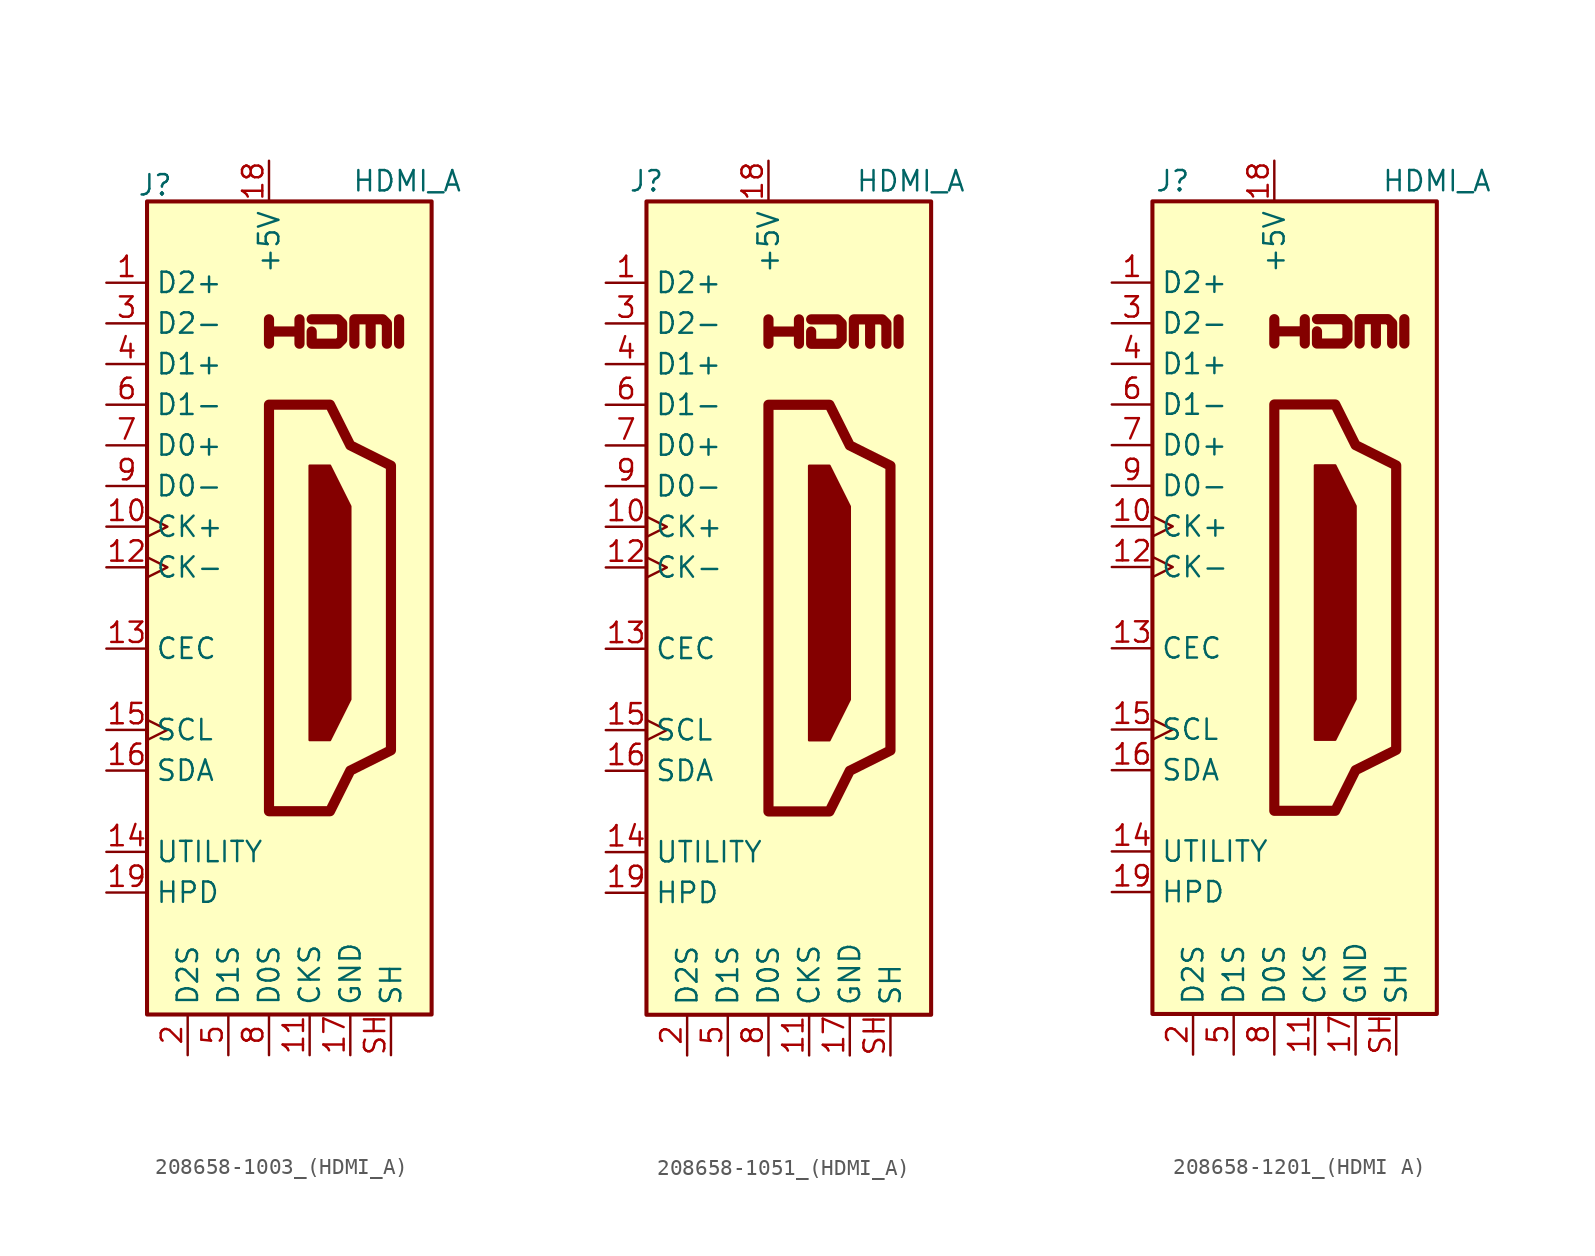
<source format=kicad_sym>
(kicad_symbol_lib
  (version 20241209)
  (generator "kicad_symbol_editor")
  (generator_version "9.0")
  (symbol "208658-1003_(HDMI_A)"
    (property "Reference" "J"
      (at -26.162 16.256 0)
      (effects (font (size 1.27 1.27))))
    (property "Value" "HDMI_A"
      (at -10.414 16.51 0)
      (effects (font (size 1.27 1.27))))
    (symbol "208658-1003_(HDMI_A)_0_0"
      (polyline (pts (xy -19.05 6.35) (xy -19.05 7.874) (xy -19.05 7.112) (xy -17.145 7.112) (xy -17.145 7.874) (xy -17.145 6.35)) (stroke (width 0.635) (type default)) (fill (type none)))
      (polyline (pts (xy -16.383 7.874) (xy -14.732 7.874) (xy -14.478 7.62) (xy -14.478 6.604) (xy -14.732 6.35) (xy -16.383 6.35) (xy -16.383 7.112)) (stroke (width 0.635) (type default)) (fill (type none)))
      (polyline (pts (xy -10.922 6.35) (xy -10.922 7.874)) (stroke (width 0.635) (type default)) (fill (type none))))
    (symbol "208658-1003_(HDMI_A)_0_1"
      (rectangle (start -26.67 15.24) (end -8.89 -35.56) (stroke (width 0.254) (type default)) (fill (type background)))
      (polyline (pts (xy -19.05 2.54) (xy -19.05 -22.86) (xy -15.24 -22.86) (xy -13.97 -20.32) (xy -11.43 -19.05) (xy -11.43 -1.27) (xy -13.97 0) (xy -15.24 2.54) (xy -19.05 2.54)) (stroke (width 0.635) (type default)) (fill (type none)))
      (polyline (pts (xy -16.51 -1.27) (xy -15.24 -1.27) (xy -13.97 -3.81) (xy -13.97 -15.875) (xy -15.24 -18.415) (xy -16.51 -18.415) (xy -16.51 -1.27)) (stroke (width 0) (type default)) (fill (type outline)))
      (polyline (pts (xy -13.716 6.35) (xy -13.716 7.874) (xy -12.7 7.874) (xy -12.7 6.35) (xy -12.7 7.874) (xy -11.938 7.874) (xy -11.684 7.62) (xy -11.684 6.35)) (stroke (width 0.635) (type default)) (fill (type none))))
    (symbol "208658-1003_(HDMI_A)_1_1"
      (pin output line (at -29.21 10.16 0) (length 2.54) (name "D2+" (effects (font (size 1.27 1.27)))) (number "1" (effects (font (size 1.27 1.27)))))
      (pin output line (at -29.21 7.62 0) (length 2.54) (name "D2-" (effects (font (size 1.27 1.27)))) (number "3" (effects (font (size 1.27 1.27)))))
      (pin output line (at -29.21 5.08 0) (length 2.54) (name "D1+" (effects (font (size 1.27 1.27)))) (number "4" (effects (font (size 1.27 1.27)))))
      (pin output line (at -29.21 2.54 0) (length 2.54) (name "D1-" (effects (font (size 1.27 1.27)))) (number "6" (effects (font (size 1.27 1.27)))))
      (pin output line (at -29.21 0 0) (length 2.54) (name "D0+" (effects (font (size 1.27 1.27)))) (number "7" (effects (font (size 1.27 1.27)))))
      (pin output line (at -29.21 -2.54 0) (length 2.54) (name "D0-" (effects (font (size 1.27 1.27)))) (number "9" (effects (font (size 1.27 1.27)))))
      (pin output clock (at -29.21 -5.08 0) (length 2.54) (name "CK+" (effects (font (size 1.27 1.27)))) (number "10" (effects (font (size 1.27 1.27)))))
      (pin output clock (at -29.21 -7.62 0) (length 2.54) (name "CK-" (effects (font (size 1.27 1.27)))) (number "12" (effects (font (size 1.27 1.27)))))
      (pin bidirectional line (at -29.21 -12.7 0) (length 2.54) (name "CEC" (effects (font (size 1.27 1.27)))) (number "13" (effects (font (size 1.27 1.27)))))
      (pin output clock (at -29.21 -17.78 0) (length 2.54) (name "SCL" (effects (font (size 1.27 1.27)))) (number "15" (effects (font (size 1.27 1.27)))))
      (pin bidirectional line (at -29.21 -20.32 0) (length 2.54) (name "SDA" (effects (font (size 1.27 1.27)))) (number "16" (effects (font (size 1.27 1.27)))))
      (pin bidirectional line (at -29.21 -25.4 0) (length 2.54) (name "UTILITY" (effects (font (size 1.27 1.27)))) (number "14" (effects (font (size 1.27 1.27)))))
      (pin input line (at -29.21 -27.94 0) (length 2.54) (name "HPD" (effects (font (size 1.27 1.27)))) (number "19" (effects (font (size 1.27 1.27)))))
      (pin power_in line (at -24.13 -38.1 90) (length 2.54) (name "D2S" (effects (font (size 1.27 1.27)))) (number "2" (effects (font (size 1.27 1.27)))))
      (pin power_in line (at -21.59 -38.1 90) (length 2.54) (name "D1S" (effects (font (size 1.27 1.27)))) (number "5" (effects (font (size 1.27 1.27)))))
      (pin power_out line (at -19.05 17.78 270) (length 2.54) (name "+5V" (effects (font (size 1.27 1.27)))) (number "18" (effects (font (size 1.27 1.27)))))
      (pin power_in line (at -19.05 -38.1 90) (length 2.54) (name "D0S" (effects (font (size 1.27 1.27)))) (number "8" (effects (font (size 1.27 1.27)))))
      (pin power_in line (at -16.51 -38.1 90) (length 2.54) (name "CKS" (effects (font (size 1.27 1.27)))) (number "11" (effects (font (size 1.27 1.27)))))
      (pin power_in line (at -13.97 -38.1 90) (length 2.54) (name "GND" (effects (font (size 1.27 1.27)))) (number "17" (effects (font (size 1.27 1.27)))))
      (pin passive line (at -11.43 -38.1 90) (length 2.54) (name "SH" (effects (font (size 1.27 1.27)))) (number "SH" (effects (font (size 1.27 1.27)))))))
  (symbol "208658-1051_(HDMI_A)"
    (property "Reference" "J"
      (at -6.35 26.67 0)
      (effects (font (size 1.27 1.27))))
    (property "Value" "HDMI_A"
      (at 10.16 26.67 0)
      (effects (font (size 1.27 1.27))))
    (symbol "208658-1051_(HDMI_A)_0_0"
      (polyline (pts (xy 1.27 16.51) (xy 1.27 18.034) (xy 1.27 17.272) (xy 3.175 17.272) (xy 3.175 18.034) (xy 3.175 16.51)) (stroke (width 0.635) (type default)) (fill (type none)))
      (polyline (pts (xy 3.937 18.034) (xy 5.588 18.034) (xy 5.842 17.78) (xy 5.842 16.764) (xy 5.588 16.51) (xy 3.937 16.51) (xy 3.937 17.272)) (stroke (width 0.635) (type default)) (fill (type none)))
      (polyline (pts (xy 9.398 16.51) (xy 9.398 18.034)) (stroke (width 0.635) (type default)) (fill (type none))))
    (symbol "208658-1051_(HDMI_A)_0_1"
      (rectangle (start -6.35 25.4) (end 11.43 -25.4) (stroke (width 0.254) (type default)) (fill (type background)))
      (polyline (pts (xy 1.27 12.7) (xy 1.27 -12.7) (xy 5.08 -12.7) (xy 6.35 -10.16) (xy 8.89 -8.89) (xy 8.89 8.89) (xy 6.35 10.16) (xy 5.08 12.7) (xy 1.27 12.7)) (stroke (width 0.635) (type default)) (fill (type none)))
      (polyline (pts (xy 3.81 8.89) (xy 5.08 8.89) (xy 6.35 6.35) (xy 6.35 -5.715) (xy 5.08 -8.255) (xy 3.81 -8.255) (xy 3.81 8.89)) (stroke (width 0) (type default)) (fill (type outline)))
      (polyline (pts (xy 6.604 16.51) (xy 6.604 18.034) (xy 7.62 18.034) (xy 7.62 16.51) (xy 7.62 18.034) (xy 8.382 18.034) (xy 8.636 17.78) (xy 8.636 16.51)) (stroke (width 0.635) (type default)) (fill (type none))))
    (symbol "208658-1051_(HDMI_A)_1_1"
      (pin output line (at -8.89 20.32 0) (length 2.54) (name "D2+" (effects (font (size 1.27 1.27)))) (number "1" (effects (font (size 1.27 1.27)))))
      (pin output line (at -8.89 17.78 0) (length 2.54) (name "D2-" (effects (font (size 1.27 1.27)))) (number "3" (effects (font (size 1.27 1.27)))))
      (pin output line (at -8.89 15.24 0) (length 2.54) (name "D1+" (effects (font (size 1.27 1.27)))) (number "4" (effects (font (size 1.27 1.27)))))
      (pin output line (at -8.89 12.7 0) (length 2.54) (name "D1-" (effects (font (size 1.27 1.27)))) (number "6" (effects (font (size 1.27 1.27)))))
      (pin output line (at -8.89 10.16 0) (length 2.54) (name "D0+" (effects (font (size 1.27 1.27)))) (number "7" (effects (font (size 1.27 1.27)))))
      (pin output line (at -8.89 7.62 0) (length 2.54) (name "D0-" (effects (font (size 1.27 1.27)))) (number "9" (effects (font (size 1.27 1.27)))))
      (pin output clock (at -8.89 5.08 0) (length 2.54) (name "CK+" (effects (font (size 1.27 1.27)))) (number "10" (effects (font (size 1.27 1.27)))))
      (pin output clock (at -8.89 2.54 0) (length 2.54) (name "CK-" (effects (font (size 1.27 1.27)))) (number "12" (effects (font (size 1.27 1.27)))))
      (pin bidirectional line (at -8.89 -2.54 0) (length 2.54) (name "CEC" (effects (font (size 1.27 1.27)))) (number "13" (effects (font (size 1.27 1.27)))))
      (pin output clock (at -8.89 -7.62 0) (length 2.54) (name "SCL" (effects (font (size 1.27 1.27)))) (number "15" (effects (font (size 1.27 1.27)))))
      (pin bidirectional line (at -8.89 -10.16 0) (length 2.54) (name "SDA" (effects (font (size 1.27 1.27)))) (number "16" (effects (font (size 1.27 1.27)))))
      (pin bidirectional line (at -8.89 -15.24 0) (length 2.54) (name "UTILITY" (effects (font (size 1.27 1.27)))) (number "14" (effects (font (size 1.27 1.27)))))
      (pin input line (at -8.89 -17.78 0) (length 2.54) (name "HPD" (effects (font (size 1.27 1.27)))) (number "19" (effects (font (size 1.27 1.27)))))
      (pin power_in line (at -3.81 -27.94 90) (length 2.54) (name "D2S" (effects (font (size 1.27 1.27)))) (number "2" (effects (font (size 1.27 1.27)))))
      (pin power_in line (at -1.27 -27.94 90) (length 2.54) (name "D1S" (effects (font (size 1.27 1.27)))) (number "5" (effects (font (size 1.27 1.27)))))
      (pin power_out line (at 1.27 27.94 270) (length 2.54) (name "+5V" (effects (font (size 1.27 1.27)))) (number "18" (effects (font (size 1.27 1.27)))))
      (pin power_in line (at 1.27 -27.94 90) (length 2.54) (name "D0S" (effects (font (size 1.27 1.27)))) (number "8" (effects (font (size 1.27 1.27)))))
      (pin power_in line (at 3.81 -27.94 90) (length 2.54) (name "CKS" (effects (font (size 1.27 1.27)))) (number "11" (effects (font (size 1.27 1.27)))))
      (pin power_in line (at 6.35 -27.94 90) (length 2.54) (name "GND" (effects (font (size 1.27 1.27)))) (number "17" (effects (font (size 1.27 1.27)))))
      (pin passive line (at 8.89 -27.94 90) (length 2.54) (name "SH" (effects (font (size 1.27 1.27)))) (number "SH" (effects (font (size 1.27 1.27)))))))
  (symbol "208658-1201_(HDMI A)"
    (property "Reference" "J"
      (at -6.35 26.67 0)
      (effects (font (size 1.27 1.27))))
    (property "Value" "HDMI_A"
      (at 10.16 26.67 0)
      (effects (font (size 1.27 1.27))))
    (symbol "208658-1201_(HDMI A)_0_0"
      (polyline (pts (xy 0 16.51) (xy 0 18.034) (xy 0 17.272) (xy 1.905 17.272) (xy 1.905 18.034) (xy 1.905 16.51)) (stroke (width 0.635) (type default)) (fill (type none)))
      (polyline (pts (xy 2.667 18.034) (xy 4.318 18.034) (xy 4.572 17.78) (xy 4.572 16.764) (xy 4.318 16.51) (xy 2.667 16.51) (xy 2.667 17.272)) (stroke (width 0.635) (type default)) (fill (type none)))
      (polyline (pts (xy 8.128 16.51) (xy 8.128 18.034)) (stroke (width 0.635) (type default)) (fill (type none))))
    (symbol "208658-1201_(HDMI A)_0_1"
      (rectangle (start -7.62 25.4) (end 10.16 -25.4) (stroke (width 0.254) (type default)) (fill (type background)))
      (polyline (pts (xy 0 12.7) (xy 0 -12.7) (xy 3.81 -12.7) (xy 5.08 -10.16) (xy 7.62 -8.89) (xy 7.62 8.89) (xy 5.08 10.16) (xy 3.81 12.7) (xy 0 12.7)) (stroke (width 0.635) (type default)) (fill (type none)))
      (polyline (pts (xy 2.54 8.89) (xy 3.81 8.89) (xy 5.08 6.35) (xy 5.08 -5.715) (xy 3.81 -8.255) (xy 2.54 -8.255) (xy 2.54 8.89)) (stroke (width 0) (type default)) (fill (type outline)))
      (polyline (pts (xy 5.334 16.51) (xy 5.334 18.034) (xy 6.35 18.034) (xy 6.35 16.51) (xy 6.35 18.034) (xy 7.112 18.034) (xy 7.366 17.78) (xy 7.366 16.51)) (stroke (width 0.635) (type default)) (fill (type none))))
    (symbol "208658-1201_(HDMI A)_1_1"
      (pin output line (at -10.16 20.32 0) (length 2.54) (name "D2+" (effects (font (size 1.27 1.27)))) (number "1" (effects (font (size 1.27 1.27)))))
      (pin output line (at -10.16 17.78 0) (length 2.54) (name "D2-" (effects (font (size 1.27 1.27)))) (number "3" (effects (font (size 1.27 1.27)))))
      (pin output line (at -10.16 15.24 0) (length 2.54) (name "D1+" (effects (font (size 1.27 1.27)))) (number "4" (effects (font (size 1.27 1.27)))))
      (pin output line (at -10.16 12.7 0) (length 2.54) (name "D1-" (effects (font (size 1.27 1.27)))) (number "6" (effects (font (size 1.27 1.27)))))
      (pin output line (at -10.16 10.16 0) (length 2.54) (name "D0+" (effects (font (size 1.27 1.27)))) (number "7" (effects (font (size 1.27 1.27)))))
      (pin output line (at -10.16 7.62 0) (length 2.54) (name "D0-" (effects (font (size 1.27 1.27)))) (number "9" (effects (font (size 1.27 1.27)))))
      (pin output clock (at -10.16 5.08 0) (length 2.54) (name "CK+" (effects (font (size 1.27 1.27)))) (number "10" (effects (font (size 1.27 1.27)))))
      (pin output clock (at -10.16 2.54 0) (length 2.54) (name "CK-" (effects (font (size 1.27 1.27)))) (number "12" (effects (font (size 1.27 1.27)))))
      (pin bidirectional line (at -10.16 -2.54 0) (length 2.54) (name "CEC" (effects (font (size 1.27 1.27)))) (number "13" (effects (font (size 1.27 1.27)))))
      (pin output clock (at -10.16 -7.62 0) (length 2.54) (name "SCL" (effects (font (size 1.27 1.27)))) (number "15" (effects (font (size 1.27 1.27)))))
      (pin bidirectional line (at -10.16 -10.16 0) (length 2.54) (name "SDA" (effects (font (size 1.27 1.27)))) (number "16" (effects (font (size 1.27 1.27)))))
      (pin bidirectional line (at -10.16 -15.24 0) (length 2.54) (name "UTILITY" (effects (font (size 1.27 1.27)))) (number "14" (effects (font (size 1.27 1.27)))))
      (pin input line (at -10.16 -17.78 0) (length 2.54) (name "HPD" (effects (font (size 1.27 1.27)))) (number "19" (effects (font (size 1.27 1.27)))))
      (pin power_in line (at -5.08 -27.94 90) (length 2.54) (name "D2S" (effects (font (size 1.27 1.27)))) (number "2" (effects (font (size 1.27 1.27)))))
      (pin power_in line (at -2.54 -27.94 90) (length 2.54) (name "D1S" (effects (font (size 1.27 1.27)))) (number "5" (effects (font (size 1.27 1.27)))))
      (pin power_out line (at 0 27.94 270) (length 2.54) (name "+5V" (effects (font (size 1.27 1.27)))) (number "18" (effects (font (size 1.27 1.27)))))
      (pin power_in line (at 0 -27.94 90) (length 2.54) (name "D0S" (effects (font (size 1.27 1.27)))) (number "8" (effects (font (size 1.27 1.27)))))
      (pin power_in line (at 2.54 -27.94 90) (length 2.54) (name "CKS" (effects (font (size 1.27 1.27)))) (number "11" (effects (font (size 1.27 1.27)))))
      (pin power_in line (at 5.08 -27.94 90) (length 2.54) (name "GND" (effects (font (size 1.27 1.27)))) (number "17" (effects (font (size 1.27 1.27)))))
      (pin passive line (at 7.62 -27.94 90) (length 2.54) (name "SH" (effects (font (size 1.27 1.27)))) (number "SH" (effects (font (size 1.27 1.27))))))))
</source>
